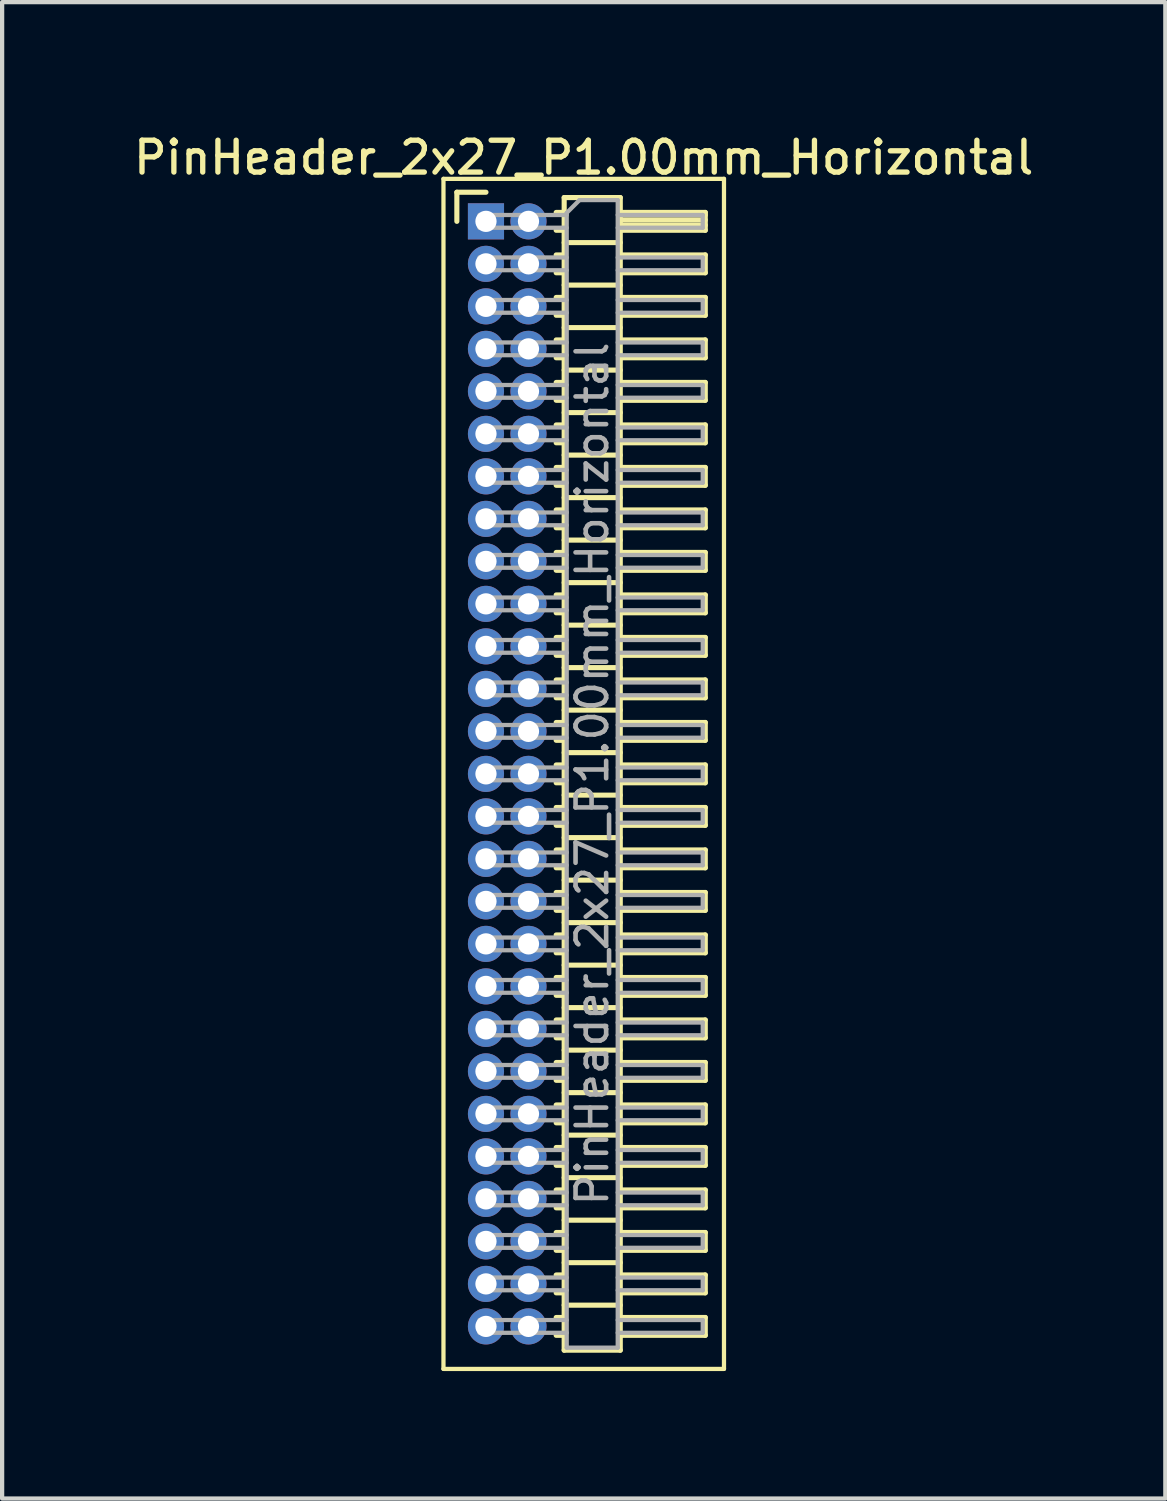
<source format=kicad_pcb>
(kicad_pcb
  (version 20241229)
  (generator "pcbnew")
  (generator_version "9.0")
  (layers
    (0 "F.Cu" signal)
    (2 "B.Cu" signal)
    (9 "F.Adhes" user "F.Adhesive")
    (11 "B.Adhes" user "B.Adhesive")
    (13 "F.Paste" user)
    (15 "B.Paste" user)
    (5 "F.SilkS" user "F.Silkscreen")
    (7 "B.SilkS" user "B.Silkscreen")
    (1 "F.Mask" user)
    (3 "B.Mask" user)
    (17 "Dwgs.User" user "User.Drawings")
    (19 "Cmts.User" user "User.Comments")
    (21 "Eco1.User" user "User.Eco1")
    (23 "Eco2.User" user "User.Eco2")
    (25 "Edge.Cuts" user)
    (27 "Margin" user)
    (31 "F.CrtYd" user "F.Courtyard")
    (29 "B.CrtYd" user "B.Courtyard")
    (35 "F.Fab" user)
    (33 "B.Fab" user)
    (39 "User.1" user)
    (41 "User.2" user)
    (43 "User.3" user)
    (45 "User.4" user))
  (footprint "PinHeader_2x27_P1.00mm_Horizontal"
    (layer "F.Cu")
    (at 8.384 2.158)
    (property "Reference" "PinHeader_2x27_P1.00mm_Horizontal" (at 2.3 -1.5 0) (layer "F.SilkS") (effects (font (size 0.75 0.75) (thickness 0.125))))
    (attr through_hole)
    (fp_line (start -1 -1) (end -1 27) (stroke (width 0.1) (type solid)) (layer "F.SilkS"))
    (fp_line (start -1 27) (end 5.6 27) (stroke (width 0.1) (type solid)) (layer "F.SilkS"))
    (fp_line (start -0.685 -0.685) (end 0 -0.685) (stroke (width 0.12) (type solid)) (layer "F.SilkS"))
    (fp_line (start -0.685 0) (end -0.685 -0.685) (stroke (width 0.12) (type solid)) (layer "F.SilkS"))
    (fp_line (start 1.652 -0.21) (end 1.84 -0.21) (stroke (width 0.12) (type solid)) (layer "F.SilkS"))
    (fp_line (start 1.652 0.21) (end 1.84 0.21) (stroke (width 0.12) (type solid)) (layer "F.SilkS"))
    (fp_line (start 1.652 0.79) (end 1.84 0.79) (stroke (width 0.12) (type solid)) (layer "F.SilkS"))
    (fp_line (start 1.652 1.21) (end 1.84 1.21) (stroke (width 0.12) (type solid)) (layer "F.SilkS"))
    (fp_line (start 1.652 1.79) (end 1.84 1.79) (stroke (width 0.12) (type solid)) (layer "F.SilkS"))
    (fp_line (start 1.652 2.21) (end 1.84 2.21) (stroke (width 0.12) (type solid)) (layer "F.SilkS"))
    (fp_line (start 1.652 2.79) (end 1.84 2.79) (stroke (width 0.12) (type solid)) (layer "F.SilkS"))
    (fp_line (start 1.652 3.21) (end 1.84 3.21) (stroke (width 0.12) (type solid)) (layer "F.SilkS"))
    (fp_line (start 1.652 3.79) (end 1.84 3.79) (stroke (width 0.12) (type solid)) (layer "F.SilkS"))
    (fp_line (start 1.652 4.21) (end 1.84 4.21) (stroke (width 0.12) (type solid)) (layer "F.SilkS"))
    (fp_line (start 1.652 4.79) (end 1.84 4.79) (stroke (width 0.12) (type solid)) (layer "F.SilkS"))
    (fp_line (start 1.652 5.21) (end 1.84 5.21) (stroke (width 0.12) (type solid)) (layer "F.SilkS"))
    (fp_line (start 1.652 5.79) (end 1.84 5.79) (stroke (width 0.12) (type solid)) (layer "F.SilkS"))
    (fp_line (start 1.652 6.21) (end 1.84 6.21) (stroke (width 0.12) (type solid)) (layer "F.SilkS"))
    (fp_line (start 1.652 6.79) (end 1.84 6.79) (stroke (width 0.12) (type solid)) (layer "F.SilkS"))
    (fp_line (start 1.652 7.21) (end 1.84 7.21) (stroke (width 0.12) (type solid)) (layer "F.SilkS"))
    (fp_line (start 1.652 7.79) (end 1.84 7.79) (stroke (width 0.12) (type solid)) (layer "F.SilkS"))
    (fp_line (start 1.652 8.21) (end 1.84 8.21) (stroke (width 0.12) (type solid)) (layer "F.SilkS"))
    (fp_line (start 1.652 8.79) (end 1.84 8.79) (stroke (width 0.12) (type solid)) (layer "F.SilkS"))
    (fp_line (start 1.652 9.21) (end 1.84 9.21) (stroke (width 0.12) (type solid)) (layer "F.SilkS"))
    (fp_line (start 1.652 9.79) (end 1.84 9.79) (stroke (width 0.12) (type solid)) (layer "F.SilkS"))
    (fp_line (start 1.652 10.21) (end 1.84 10.21) (stroke (width 0.12) (type solid)) (layer "F.SilkS"))
    (fp_line (start 1.652 10.79) (end 1.84 10.79) (stroke (width 0.12) (type solid)) (layer "F.SilkS"))
    (fp_line (start 1.652 11.21) (end 1.84 11.21) (stroke (width 0.12) (type solid)) (layer "F.SilkS"))
    (fp_line (start 1.652 11.79) (end 1.84 11.79) (stroke (width 0.12) (type solid)) (layer "F.SilkS"))
    (fp_line (start 1.652 12.21) (end 1.84 12.21) (stroke (width 0.12) (type solid)) (layer "F.SilkS"))
    (fp_line (start 1.652 12.79) (end 1.84 12.79) (stroke (width 0.12) (type solid)) (layer "F.SilkS"))
    (fp_line (start 1.652 13.21) (end 1.84 13.21) (stroke (width 0.12) (type solid)) (layer "F.SilkS"))
    (fp_line (start 1.652 13.79) (end 1.84 13.79) (stroke (width 0.12) (type solid)) (layer "F.SilkS"))
    (fp_line (start 1.652 14.21) (end 1.84 14.21) (stroke (width 0.12) (type solid)) (layer "F.SilkS"))
    (fp_line (start 1.652 14.79) (end 1.84 14.79) (stroke (width 0.12) (type solid)) (layer "F.SilkS"))
    (fp_line (start 1.652 15.21) (end 1.84 15.21) (stroke (width 0.12) (type solid)) (layer "F.SilkS"))
    (fp_line (start 1.652 15.79) (end 1.84 15.79) (stroke (width 0.12) (type solid)) (layer "F.SilkS"))
    (fp_line (start 1.652 16.21) (end 1.84 16.21) (stroke (width 0.12) (type solid)) (layer "F.SilkS"))
    (fp_line (start 1.652 16.79) (end 1.84 16.79) (stroke (width 0.12) (type solid)) (layer "F.SilkS"))
    (fp_line (start 1.652 17.21) (end 1.84 17.21) (stroke (width 0.12) (type solid)) (layer "F.SilkS"))
    (fp_line (start 1.652 17.79) (end 1.84 17.79) (stroke (width 0.12) (type solid)) (layer "F.SilkS"))
    (fp_line (start 1.652 18.21) (end 1.84 18.21) (stroke (width 0.12) (type solid)) (layer "F.SilkS"))
    (fp_line (start 1.652 18.79) (end 1.84 18.79) (stroke (width 0.12) (type solid)) (layer "F.SilkS"))
    (fp_line (start 1.652 19.21) (end 1.84 19.21) (stroke (width 0.12) (type solid)) (layer "F.SilkS"))
    (fp_line (start 1.652 19.79) (end 1.84 19.79) (stroke (width 0.12) (type solid)) (layer "F.SilkS"))
    (fp_line (start 1.652 20.21) (end 1.84 20.21) (stroke (width 0.12) (type solid)) (layer "F.SilkS"))
    (fp_line (start 1.652 20.79) (end 1.84 20.79) (stroke (width 0.12) (type solid)) (layer "F.SilkS"))
    (fp_line (start 1.652 21.21) (end 1.84 21.21) (stroke (width 0.12) (type solid)) (layer "F.SilkS"))
    (fp_line (start 1.652 21.79) (end 1.84 21.79) (stroke (width 0.12) (type solid)) (layer "F.SilkS"))
    (fp_line (start 1.652 22.21) (end 1.84 22.21) (stroke (width 0.12) (type solid)) (layer "F.SilkS"))
    (fp_line (start 1.652 22.79) (end 1.84 22.79) (stroke (width 0.12) (type solid)) (layer "F.SilkS"))
    (fp_line (start 1.652 23.21) (end 1.84 23.21) (stroke (width 0.12) (type solid)) (layer "F.SilkS"))
    (fp_line (start 1.652 23.79) (end 1.84 23.79) (stroke (width 0.12) (type solid)) (layer "F.SilkS"))
    (fp_line (start 1.652 24.21) (end 1.84 24.21) (stroke (width 0.12) (type solid)) (layer "F.SilkS"))
    (fp_line (start 1.652 24.79) (end 1.84 24.79) (stroke (width 0.12) (type solid)) (layer "F.SilkS"))
    (fp_line (start 1.652 25.21) (end 1.84 25.21) (stroke (width 0.12) (type solid)) (layer "F.SilkS"))
    (fp_line (start 1.652 25.79) (end 1.84 25.79) (stroke (width 0.12) (type solid)) (layer "F.SilkS"))
    (fp_line (start 1.652 26.21) (end 1.84 26.21) (stroke (width 0.12) (type solid)) (layer "F.SilkS"))
    (fp_line (start 1.84 -0.56) (end 1.84 26.56) (stroke (width 0.12) (type solid)) (layer "F.SilkS"))
    (fp_line (start 1.84 0.5) (end 3.16 0.5) (stroke (width 0.12) (type solid)) (layer "F.SilkS"))
    (fp_line (start 1.84 1.5) (end 3.16 1.5) (stroke (width 0.12) (type solid)) (layer "F.SilkS"))
    (fp_line (start 1.84 2.5) (end 3.16 2.5) (stroke (width 0.12) (type solid)) (layer "F.SilkS"))
    (fp_line (start 1.84 3.5) (end 3.16 3.5) (stroke (width 0.12) (type solid)) (layer "F.SilkS"))
    (fp_line (start 1.84 4.5) (end 3.16 4.5) (stroke (width 0.12) (type solid)) (layer "F.SilkS"))
    (fp_line (start 1.84 5.5) (end 3.16 5.5) (stroke (width 0.12) (type solid)) (layer "F.SilkS"))
    (fp_line (start 1.84 6.5) (end 3.16 6.5) (stroke (width 0.12) (type solid)) (layer "F.SilkS"))
    (fp_line (start 1.84 7.5) (end 3.16 7.5) (stroke (width 0.12) (type solid)) (layer "F.SilkS"))
    (fp_line (start 1.84 8.5) (end 3.16 8.5) (stroke (width 0.12) (type solid)) (layer "F.SilkS"))
    (fp_line (start 1.84 9.5) (end 3.16 9.5) (stroke (width 0.12) (type solid)) (layer "F.SilkS"))
    (fp_line (start 1.84 10.5) (end 3.16 10.5) (stroke (width 0.12) (type solid)) (layer "F.SilkS"))
    (fp_line (start 1.84 11.5) (end 3.16 11.5) (stroke (width 0.12) (type solid)) (layer "F.SilkS"))
    (fp_line (start 1.84 12.5) (end 3.16 12.5) (stroke (width 0.12) (type solid)) (layer "F.SilkS"))
    (fp_line (start 1.84 13.5) (end 3.16 13.5) (stroke (width 0.12) (type solid)) (layer "F.SilkS"))
    (fp_line (start 1.84 14.5) (end 3.16 14.5) (stroke (width 0.12) (type solid)) (layer "F.SilkS"))
    (fp_line (start 1.84 15.5) (end 3.16 15.5) (stroke (width 0.12) (type solid)) (layer "F.SilkS"))
    (fp_line (start 1.84 16.5) (end 3.16 16.5) (stroke (width 0.12) (type solid)) (layer "F.SilkS"))
    (fp_line (start 1.84 17.5) (end 3.16 17.5) (stroke (width 0.12) (type solid)) (layer "F.SilkS"))
    (fp_line (start 1.84 18.5) (end 3.16 18.5) (stroke (width 0.12) (type solid)) (layer "F.SilkS"))
    (fp_line (start 1.84 19.5) (end 3.16 19.5) (stroke (width 0.12) (type solid)) (layer "F.SilkS"))
    (fp_line (start 1.84 20.5) (end 3.16 20.5) (stroke (width 0.12) (type solid)) (layer "F.SilkS"))
    (fp_line (start 1.84 21.5) (end 3.16 21.5) (stroke (width 0.12) (type solid)) (layer "F.SilkS"))
    (fp_line (start 1.84 22.5) (end 3.16 22.5) (stroke (width 0.12) (type solid)) (layer "F.SilkS"))
    (fp_line (start 1.84 23.5) (end 3.16 23.5) (stroke (width 0.12) (type solid)) (layer "F.SilkS"))
    (fp_line (start 1.84 24.5) (end 3.16 24.5) (stroke (width 0.12) (type solid)) (layer "F.SilkS"))
    (fp_line (start 1.84 25.5) (end 3.16 25.5) (stroke (width 0.12) (type solid)) (layer "F.SilkS"))
    (fp_line (start 1.84 26.56) (end 3.16 26.56) (stroke (width 0.12) (type solid)) (layer "F.SilkS"))
    (fp_line (start 3.16 -0.56) (end 1.84 -0.56) (stroke (width 0.12) (type solid)) (layer "F.SilkS"))
    (fp_line (start 3.16 -0.21) (end 5.16 -0.21) (stroke (width 0.12) (type solid)) (layer "F.SilkS"))
    (fp_line (start 3.16 -0.15) (end 5.16 -0.15) (stroke (width 0.12) (type solid)) (layer "F.SilkS"))
    (fp_line (start 3.16 -0.03) (end 5.16 -0.03) (stroke (width 0.12) (type solid)) (layer "F.SilkS"))
    (fp_line (start 3.16 0.09) (end 5.16 0.09) (stroke (width 0.12) (type solid)) (layer "F.SilkS"))
    (fp_line (start 3.16 0.79) (end 5.16 0.79) (stroke (width 0.12) (type solid)) (layer "F.SilkS"))
    (fp_line (start 3.16 1.79) (end 5.16 1.79) (stroke (width 0.12) (type solid)) (layer "F.SilkS"))
    (fp_line (start 3.16 2.79) (end 5.16 2.79) (stroke (width 0.12) (type solid)) (layer "F.SilkS"))
    (fp_line (start 3.16 3.79) (end 5.16 3.79) (stroke (width 0.12) (type solid)) (layer "F.SilkS"))
    (fp_line (start 3.16 4.79) (end 5.16 4.79) (stroke (width 0.12) (type solid)) (layer "F.SilkS"))
    (fp_line (start 3.16 5.79) (end 5.16 5.79) (stroke (width 0.12) (type solid)) (layer "F.SilkS"))
    (fp_line (start 3.16 6.79) (end 5.16 6.79) (stroke (width 0.12) (type solid)) (layer "F.SilkS"))
    (fp_line (start 3.16 7.79) (end 5.16 7.79) (stroke (width 0.12) (type solid)) (layer "F.SilkS"))
    (fp_line (start 3.16 8.79) (end 5.16 8.79) (stroke (width 0.12) (type solid)) (layer "F.SilkS"))
    (fp_line (start 3.16 9.79) (end 5.16 9.79) (stroke (width 0.12) (type solid)) (layer "F.SilkS"))
    (fp_line (start 3.16 10.79) (end 5.16 10.79) (stroke (width 0.12) (type solid)) (layer "F.SilkS"))
    (fp_line (start 3.16 11.79) (end 5.16 11.79) (stroke (width 0.12) (type solid)) (layer "F.SilkS"))
    (fp_line (start 3.16 12.79) (end 5.16 12.79) (stroke (width 0.12) (type solid)) (layer "F.SilkS"))
    (fp_line (start 3.16 13.79) (end 5.16 13.79) (stroke (width 0.12) (type solid)) (layer "F.SilkS"))
    (fp_line (start 3.16 14.79) (end 5.16 14.79) (stroke (width 0.12) (type solid)) (layer "F.SilkS"))
    (fp_line (start 3.16 15.79) (end 5.16 15.79) (stroke (width 0.12) (type solid)) (layer "F.SilkS"))
    (fp_line (start 3.16 16.79) (end 5.16 16.79) (stroke (width 0.12) (type solid)) (layer "F.SilkS"))
    (fp_line (start 3.16 17.79) (end 5.16 17.79) (stroke (width 0.12) (type solid)) (layer "F.SilkS"))
    (fp_line (start 3.16 18.79) (end 5.16 18.79) (stroke (width 0.12) (type solid)) (layer "F.SilkS"))
    (fp_line (start 3.16 19.79) (end 5.16 19.79) (stroke (width 0.12) (type solid)) (layer "F.SilkS"))
    (fp_line (start 3.16 20.79) (end 5.16 20.79) (stroke (width 0.12) (type solid)) (layer "F.SilkS"))
    (fp_line (start 3.16 21.79) (end 5.16 21.79) (stroke (width 0.12) (type solid)) (layer "F.SilkS"))
    (fp_line (start 3.16 22.79) (end 5.16 22.79) (stroke (width 0.12) (type solid)) (layer "F.SilkS"))
    (fp_line (start 3.16 23.79) (end 5.16 23.79) (stroke (width 0.12) (type solid)) (layer "F.SilkS"))
    (fp_line (start 3.16 24.79) (end 5.16 24.79) (stroke (width 0.12) (type solid)) (layer "F.SilkS"))
    (fp_line (start 3.16 25.79) (end 5.16 25.79) (stroke (width 0.12) (type solid)) (layer "F.SilkS"))
    (fp_line (start 3.16 26.56) (end 3.16 -0.56) (stroke (width 0.12) (type solid)) (layer "F.SilkS"))
    (fp_line (start 5.16 -0.21) (end 5.16 0.21) (stroke (width 0.12) (type solid)) (layer "F.SilkS"))
    (fp_line (start 5.16 0.21) (end 3.16 0.21) (stroke (width 0.12) (type solid)) (layer "F.SilkS"))
    (fp_line (start 5.16 0.79) (end 5.16 1.21) (stroke (width 0.12) (type solid)) (layer "F.SilkS"))
    (fp_line (start 5.16 1.21) (end 3.16 1.21) (stroke (width 0.12) (type solid)) (layer "F.SilkS"))
    (fp_line (start 5.16 1.79) (end 5.16 2.21) (stroke (width 0.12) (type solid)) (layer "F.SilkS"))
    (fp_line (start 5.16 2.21) (end 3.16 2.21) (stroke (width 0.12) (type solid)) (layer "F.SilkS"))
    (fp_line (start 5.16 2.79) (end 5.16 3.21) (stroke (width 0.12) (type solid)) (layer "F.SilkS"))
    (fp_line (start 5.16 3.21) (end 3.16 3.21) (stroke (width 0.12) (type solid)) (layer "F.SilkS"))
    (fp_line (start 5.16 3.79) (end 5.16 4.21) (stroke (width 0.12) (type solid)) (layer "F.SilkS"))
    (fp_line (start 5.16 4.21) (end 3.16 4.21) (stroke (width 0.12) (type solid)) (layer "F.SilkS"))
    (fp_line (start 5.16 4.79) (end 5.16 5.21) (stroke (width 0.12) (type solid)) (layer "F.SilkS"))
    (fp_line (start 5.16 5.21) (end 3.16 5.21) (stroke (width 0.12) (type solid)) (layer "F.SilkS"))
    (fp_line (start 5.16 5.79) (end 5.16 6.21) (stroke (width 0.12) (type solid)) (layer "F.SilkS"))
    (fp_line (start 5.16 6.21) (end 3.16 6.21) (stroke (width 0.12) (type solid)) (layer "F.SilkS"))
    (fp_line (start 5.16 6.79) (end 5.16 7.21) (stroke (width 0.12) (type solid)) (layer "F.SilkS"))
    (fp_line (start 5.16 7.21) (end 3.16 7.21) (stroke (width 0.12) (type solid)) (layer "F.SilkS"))
    (fp_line (start 5.16 7.79) (end 5.16 8.21) (stroke (width 0.12) (type solid)) (layer "F.SilkS"))
    (fp_line (start 5.16 8.21) (end 3.16 8.21) (stroke (width 0.12) (type solid)) (layer "F.SilkS"))
    (fp_line (start 5.16 8.79) (end 5.16 9.21) (stroke (width 0.12) (type solid)) (layer "F.SilkS"))
    (fp_line (start 5.16 9.21) (end 3.16 9.21) (stroke (width 0.12) (type solid)) (layer "F.SilkS"))
    (fp_line (start 5.16 9.79) (end 5.16 10.21) (stroke (width 0.12) (type solid)) (layer "F.SilkS"))
    (fp_line (start 5.16 10.21) (end 3.16 10.21) (stroke (width 0.12) (type solid)) (layer "F.SilkS"))
    (fp_line (start 5.16 10.79) (end 5.16 11.21) (stroke (width 0.12) (type solid)) (layer "F.SilkS"))
    (fp_line (start 5.16 11.21) (end 3.16 11.21) (stroke (width 0.12) (type solid)) (layer "F.SilkS"))
    (fp_line (start 5.16 11.79) (end 5.16 12.21) (stroke (width 0.12) (type solid)) (layer "F.SilkS"))
    (fp_line (start 5.16 12.21) (end 3.16 12.21) (stroke (width 0.12) (type solid)) (layer "F.SilkS"))
    (fp_line (start 5.16 12.79) (end 5.16 13.21) (stroke (width 0.12) (type solid)) (layer "F.SilkS"))
    (fp_line (start 5.16 13.21) (end 3.16 13.21) (stroke (width 0.12) (type solid)) (layer "F.SilkS"))
    (fp_line (start 5.16 13.79) (end 5.16 14.21) (stroke (width 0.12) (type solid)) (layer "F.SilkS"))
    (fp_line (start 5.16 14.21) (end 3.16 14.21) (stroke (width 0.12) (type solid)) (layer "F.SilkS"))
    (fp_line (start 5.16 14.79) (end 5.16 15.21) (stroke (width 0.12) (type solid)) (layer "F.SilkS"))
    (fp_line (start 5.16 15.21) (end 3.16 15.21) (stroke (width 0.12) (type solid)) (layer "F.SilkS"))
    (fp_line (start 5.16 15.79) (end 5.16 16.21) (stroke (width 0.12) (type solid)) (layer "F.SilkS"))
    (fp_line (start 5.16 16.21) (end 3.16 16.21) (stroke (width 0.12) (type solid)) (layer "F.SilkS"))
    (fp_line (start 5.16 16.79) (end 5.16 17.21) (stroke (width 0.12) (type solid)) (layer "F.SilkS"))
    (fp_line (start 5.16 17.21) (end 3.16 17.21) (stroke (width 0.12) (type solid)) (layer "F.SilkS"))
    (fp_line (start 5.16 17.79) (end 5.16 18.21) (stroke (width 0.12) (type solid)) (layer "F.SilkS"))
    (fp_line (start 5.16 18.21) (end 3.16 18.21) (stroke (width 0.12) (type solid)) (layer "F.SilkS"))
    (fp_line (start 5.16 18.79) (end 5.16 19.21) (stroke (width 0.12) (type solid)) (layer "F.SilkS"))
    (fp_line (start 5.16 19.21) (end 3.16 19.21) (stroke (width 0.12) (type solid)) (layer "F.SilkS"))
    (fp_line (start 5.16 19.79) (end 5.16 20.21) (stroke (width 0.12) (type solid)) (layer "F.SilkS"))
    (fp_line (start 5.16 20.21) (end 3.16 20.21) (stroke (width 0.12) (type solid)) (layer "F.SilkS"))
    (fp_line (start 5.16 20.79) (end 5.16 21.21) (stroke (width 0.12) (type solid)) (layer "F.SilkS"))
    (fp_line (start 5.16 21.21) (end 3.16 21.21) (stroke (width 0.12) (type solid)) (layer "F.SilkS"))
    (fp_line (start 5.16 21.79) (end 5.16 22.21) (stroke (width 0.12) (type solid)) (layer "F.SilkS"))
    (fp_line (start 5.16 22.21) (end 3.16 22.21) (stroke (width 0.12) (type solid)) (layer "F.SilkS"))
    (fp_line (start 5.16 22.79) (end 5.16 23.21) (stroke (width 0.12) (type solid)) (layer "F.SilkS"))
    (fp_line (start 5.16 23.21) (end 3.16 23.21) (stroke (width 0.12) (type solid)) (layer "F.SilkS"))
    (fp_line (start 5.16 23.79) (end 5.16 24.21) (stroke (width 0.12) (type solid)) (layer "F.SilkS"))
    (fp_line (start 5.16 24.21) (end 3.16 24.21) (stroke (width 0.12) (type solid)) (layer "F.SilkS"))
    (fp_line (start 5.16 24.79) (end 5.16 25.21) (stroke (width 0.12) (type solid)) (layer "F.SilkS"))
    (fp_line (start 5.16 25.21) (end 3.16 25.21) (stroke (width 0.12) (type solid)) (layer "F.SilkS"))
    (fp_line (start 5.16 25.79) (end 5.16 26.21) (stroke (width 0.12) (type solid)) (layer "F.SilkS"))
    (fp_line (start 5.16 26.21) (end 3.16 26.21) (stroke (width 0.12) (type solid)) (layer "F.SilkS"))
    (fp_line (start 5.6 -1) (end -1 -1) (stroke (width 0.1) (type solid)) (layer "F.SilkS"))
    (fp_line (start 5.6 27) (end 5.6 -1) (stroke (width 0.1) (type solid)) (layer "F.SilkS"))
    (fp_line (start -0.15 -0.15) (end -0.15 0.15) (stroke (width 0.1) (type solid)) (layer "F.Fab"))
    (fp_line (start -0.15 -0.15) (end 1.9 -0.15) (stroke (width 0.1) (type solid)) (layer "F.Fab"))
    (fp_line (start -0.15 0.15) (end 1.9 0.15) (stroke (width 0.1) (type solid)) (layer "F.Fab"))
    (fp_line (start -0.15 0.85) (end -0.15 1.15) (stroke (width 0.1) (type solid)) (layer "F.Fab"))
    (fp_line (start -0.15 0.85) (end 1.9 0.85) (stroke (width 0.1) (type solid)) (layer "F.Fab"))
    (fp_line (start -0.15 1.15) (end 1.9 1.15) (stroke (width 0.1) (type solid)) (layer "F.Fab"))
    (fp_line (start -0.15 1.85) (end -0.15 2.15) (stroke (width 0.1) (type solid)) (layer "F.Fab"))
    (fp_line (start -0.15 1.85) (end 1.9 1.85) (stroke (width 0.1) (type solid)) (layer "F.Fab"))
    (fp_line (start -0.15 2.15) (end 1.9 2.15) (stroke (width 0.1) (type solid)) (layer "F.Fab"))
    (fp_line (start -0.15 2.85) (end -0.15 3.15) (stroke (width 0.1) (type solid)) (layer "F.Fab"))
    (fp_line (start -0.15 2.85) (end 1.9 2.85) (stroke (width 0.1) (type solid)) (layer "F.Fab"))
    (fp_line (start -0.15 3.15) (end 1.9 3.15) (stroke (width 0.1) (type solid)) (layer "F.Fab"))
    (fp_line (start -0.15 3.85) (end -0.15 4.15) (stroke (width 0.1) (type solid)) (layer "F.Fab"))
    (fp_line (start -0.15 3.85) (end 1.9 3.85) (stroke (width 0.1) (type solid)) (layer "F.Fab"))
    (fp_line (start -0.15 4.15) (end 1.9 4.15) (stroke (width 0.1) (type solid)) (layer "F.Fab"))
    (fp_line (start -0.15 4.85) (end -0.15 5.15) (stroke (width 0.1) (type solid)) (layer "F.Fab"))
    (fp_line (start -0.15 4.85) (end 1.9 4.85) (stroke (width 0.1) (type solid)) (layer "F.Fab"))
    (fp_line (start -0.15 5.15) (end 1.9 5.15) (stroke (width 0.1) (type solid)) (layer "F.Fab"))
    (fp_line (start -0.15 5.85) (end -0.15 6.15) (stroke (width 0.1) (type solid)) (layer "F.Fab"))
    (fp_line (start -0.15 5.85) (end 1.9 5.85) (stroke (width 0.1) (type solid)) (layer "F.Fab"))
    (fp_line (start -0.15 6.15) (end 1.9 6.15) (stroke (width 0.1) (type solid)) (layer "F.Fab"))
    (fp_line (start -0.15 6.85) (end -0.15 7.15) (stroke (width 0.1) (type solid)) (layer "F.Fab"))
    (fp_line (start -0.15 6.85) (end 1.9 6.85) (stroke (width 0.1) (type solid)) (layer "F.Fab"))
    (fp_line (start -0.15 7.15) (end 1.9 7.15) (stroke (width 0.1) (type solid)) (layer "F.Fab"))
    (fp_line (start -0.15 7.85) (end -0.15 8.15) (stroke (width 0.1) (type solid)) (layer "F.Fab"))
    (fp_line (start -0.15 7.85) (end 1.9 7.85) (stroke (width 0.1) (type solid)) (layer "F.Fab"))
    (fp_line (start -0.15 8.15) (end 1.9 8.15) (stroke (width 0.1) (type solid)) (layer "F.Fab"))
    (fp_line (start -0.15 8.85) (end -0.15 9.15) (stroke (width 0.1) (type solid)) (layer "F.Fab"))
    (fp_line (start -0.15 8.85) (end 1.9 8.85) (stroke (width 0.1) (type solid)) (layer "F.Fab"))
    (fp_line (start -0.15 9.15) (end 1.9 9.15) (stroke (width 0.1) (type solid)) (layer "F.Fab"))
    (fp_line (start -0.15 9.85) (end -0.15 10.15) (stroke (width 0.1) (type solid)) (layer "F.Fab"))
    (fp_line (start -0.15 9.85) (end 1.9 9.85) (stroke (width 0.1) (type solid)) (layer "F.Fab"))
    (fp_line (start -0.15 10.15) (end 1.9 10.15) (stroke (width 0.1) (type solid)) (layer "F.Fab"))
    (fp_line (start -0.15 10.85) (end -0.15 11.15) (stroke (width 0.1) (type solid)) (layer "F.Fab"))
    (fp_line (start -0.15 10.85) (end 1.9 10.85) (stroke (width 0.1) (type solid)) (layer "F.Fab"))
    (fp_line (start -0.15 11.15) (end 1.9 11.15) (stroke (width 0.1) (type solid)) (layer "F.Fab"))
    (fp_line (start -0.15 11.85) (end -0.15 12.15) (stroke (width 0.1) (type solid)) (layer "F.Fab"))
    (fp_line (start -0.15 11.85) (end 1.9 11.85) (stroke (width 0.1) (type solid)) (layer "F.Fab"))
    (fp_line (start -0.15 12.15) (end 1.9 12.15) (stroke (width 0.1) (type solid)) (layer "F.Fab"))
    (fp_line (start -0.15 12.85) (end -0.15 13.15) (stroke (width 0.1) (type solid)) (layer "F.Fab"))
    (fp_line (start -0.15 12.85) (end 1.9 12.85) (stroke (width 0.1) (type solid)) (layer "F.Fab"))
    (fp_line (start -0.15 13.15) (end 1.9 13.15) (stroke (width 0.1) (type solid)) (layer "F.Fab"))
    (fp_line (start -0.15 13.85) (end -0.15 14.15) (stroke (width 0.1) (type solid)) (layer "F.Fab"))
    (fp_line (start -0.15 13.85) (end 1.9 13.85) (stroke (width 0.1) (type solid)) (layer "F.Fab"))
    (fp_line (start -0.15 14.15) (end 1.9 14.15) (stroke (width 0.1) (type solid)) (layer "F.Fab"))
    (fp_line (start -0.15 14.85) (end -0.15 15.15) (stroke (width 0.1) (type solid)) (layer "F.Fab"))
    (fp_line (start -0.15 14.85) (end 1.9 14.85) (stroke (width 0.1) (type solid)) (layer "F.Fab"))
    (fp_line (start -0.15 15.15) (end 1.9 15.15) (stroke (width 0.1) (type solid)) (layer "F.Fab"))
    (fp_line (start -0.15 15.85) (end -0.15 16.15) (stroke (width 0.1) (type solid)) (layer "F.Fab"))
    (fp_line (start -0.15 15.85) (end 1.9 15.85) (stroke (width 0.1) (type solid)) (layer "F.Fab"))
    (fp_line (start -0.15 16.15) (end 1.9 16.15) (stroke (width 0.1) (type solid)) (layer "F.Fab"))
    (fp_line (start -0.15 16.85) (end -0.15 17.15) (stroke (width 0.1) (type solid)) (layer "F.Fab"))
    (fp_line (start -0.15 16.85) (end 1.9 16.85) (stroke (width 0.1) (type solid)) (layer "F.Fab"))
    (fp_line (start -0.15 17.15) (end 1.9 17.15) (stroke (width 0.1) (type solid)) (layer "F.Fab"))
    (fp_line (start -0.15 17.85) (end -0.15 18.15) (stroke (width 0.1) (type solid)) (layer "F.Fab"))
    (fp_line (start -0.15 17.85) (end 1.9 17.85) (stroke (width 0.1) (type solid)) (layer "F.Fab"))
    (fp_line (start -0.15 18.15) (end 1.9 18.15) (stroke (width 0.1) (type solid)) (layer "F.Fab"))
    (fp_line (start -0.15 18.85) (end -0.15 19.15) (stroke (width 0.1) (type solid)) (layer "F.Fab"))
    (fp_line (start -0.15 18.85) (end 1.9 18.85) (stroke (width 0.1) (type solid)) (layer "F.Fab"))
    (fp_line (start -0.15 19.15) (end 1.9 19.15) (stroke (width 0.1) (type solid)) (layer "F.Fab"))
    (fp_line (start -0.15 19.85) (end -0.15 20.15) (stroke (width 0.1) (type solid)) (layer "F.Fab"))
    (fp_line (start -0.15 19.85) (end 1.9 19.85) (stroke (width 0.1) (type solid)) (layer "F.Fab"))
    (fp_line (start -0.15 20.15) (end 1.9 20.15) (stroke (width 0.1) (type solid)) (layer "F.Fab"))
    (fp_line (start -0.15 20.85) (end -0.15 21.15) (stroke (width 0.1) (type solid)) (layer "F.Fab"))
    (fp_line (start -0.15 20.85) (end 1.9 20.85) (stroke (width 0.1) (type solid)) (layer "F.Fab"))
    (fp_line (start -0.15 21.15) (end 1.9 21.15) (stroke (width 0.1) (type solid)) (layer "F.Fab"))
    (fp_line (start -0.15 21.85) (end -0.15 22.15) (stroke (width 0.1) (type solid)) (layer "F.Fab"))
    (fp_line (start -0.15 21.85) (end 1.9 21.85) (stroke (width 0.1) (type solid)) (layer "F.Fab"))
    (fp_line (start -0.15 22.15) (end 1.9 22.15) (stroke (width 0.1) (type solid)) (layer "F.Fab"))
    (fp_line (start -0.15 22.85) (end -0.15 23.15) (stroke (width 0.1) (type solid)) (layer "F.Fab"))
    (fp_line (start -0.15 22.85) (end 1.9 22.85) (stroke (width 0.1) (type solid)) (layer "F.Fab"))
    (fp_line (start -0.15 23.15) (end 1.9 23.15) (stroke (width 0.1) (type solid)) (layer "F.Fab"))
    (fp_line (start -0.15 23.85) (end -0.15 24.15) (stroke (width 0.1) (type solid)) (layer "F.Fab"))
    (fp_line (start -0.15 23.85) (end 1.9 23.85) (stroke (width 0.1) (type solid)) (layer "F.Fab"))
    (fp_line (start -0.15 24.15) (end 1.9 24.15) (stroke (width 0.1) (type solid)) (layer "F.Fab"))
    (fp_line (start -0.15 24.85) (end -0.15 25.15) (stroke (width 0.1) (type solid)) (layer "F.Fab"))
    (fp_line (start -0.15 24.85) (end 1.9 24.85) (stroke (width 0.1) (type solid)) (layer "F.Fab"))
    (fp_line (start -0.15 25.15) (end 1.9 25.15) (stroke (width 0.1) (type solid)) (layer "F.Fab"))
    (fp_line (start -0.15 25.85) (end -0.15 26.15) (stroke (width 0.1) (type solid)) (layer "F.Fab"))
    (fp_line (start -0.15 25.85) (end 1.9 25.85) (stroke (width 0.1) (type solid)) (layer "F.Fab"))
    (fp_line (start -0.15 26.15) (end 1.9 26.15) (stroke (width 0.1) (type solid)) (layer "F.Fab"))
    (fp_line (start 1.9 -0.2) (end 2.2 -0.5) (stroke (width 0.1) (type solid)) (layer "F.Fab"))
    (fp_line (start 1.9 26.5) (end 1.9 -0.2) (stroke (width 0.1) (type solid)) (layer "F.Fab"))
    (fp_line (start 2.2 -0.5) (end 3.1 -0.5) (stroke (width 0.1) (type solid)) (layer "F.Fab"))
    (fp_line (start 3.1 -0.5) (end 3.1 26.5) (stroke (width 0.1) (type solid)) (layer "F.Fab"))
    (fp_line (start 3.1 -0.15) (end 5.1 -0.15) (stroke (width 0.1) (type solid)) (layer "F.Fab"))
    (fp_line (start 3.1 0.15) (end 5.1 0.15) (stroke (width 0.1) (type solid)) (layer "F.Fab"))
    (fp_line (start 3.1 0.85) (end 5.1 0.85) (stroke (width 0.1) (type solid)) (layer "F.Fab"))
    (fp_line (start 3.1 1.15) (end 5.1 1.15) (stroke (width 0.1) (type solid)) (layer "F.Fab"))
    (fp_line (start 3.1 1.85) (end 5.1 1.85) (stroke (width 0.1) (type solid)) (layer "F.Fab"))
    (fp_line (start 3.1 2.15) (end 5.1 2.15) (stroke (width 0.1) (type solid)) (layer "F.Fab"))
    (fp_line (start 3.1 2.85) (end 5.1 2.85) (stroke (width 0.1) (type solid)) (layer "F.Fab"))
    (fp_line (start 3.1 3.15) (end 5.1 3.15) (stroke (width 0.1) (type solid)) (layer "F.Fab"))
    (fp_line (start 3.1 3.85) (end 5.1 3.85) (stroke (width 0.1) (type solid)) (layer "F.Fab"))
    (fp_line (start 3.1 4.15) (end 5.1 4.15) (stroke (width 0.1) (type solid)) (layer "F.Fab"))
    (fp_line (start 3.1 4.85) (end 5.1 4.85) (stroke (width 0.1) (type solid)) (layer "F.Fab"))
    (fp_line (start 3.1 5.15) (end 5.1 5.15) (stroke (width 0.1) (type solid)) (layer "F.Fab"))
    (fp_line (start 3.1 5.85) (end 5.1 5.85) (stroke (width 0.1) (type solid)) (layer "F.Fab"))
    (fp_line (start 3.1 6.15) (end 5.1 6.15) (stroke (width 0.1) (type solid)) (layer "F.Fab"))
    (fp_line (start 3.1 6.85) (end 5.1 6.85) (stroke (width 0.1) (type solid)) (layer "F.Fab"))
    (fp_line (start 3.1 7.15) (end 5.1 7.15) (stroke (width 0.1) (type solid)) (layer "F.Fab"))
    (fp_line (start 3.1 7.85) (end 5.1 7.85) (stroke (width 0.1) (type solid)) (layer "F.Fab"))
    (fp_line (start 3.1 8.15) (end 5.1 8.15) (stroke (width 0.1) (type solid)) (layer "F.Fab"))
    (fp_line (start 3.1 8.85) (end 5.1 8.85) (stroke (width 0.1) (type solid)) (layer "F.Fab"))
    (fp_line (start 3.1 9.15) (end 5.1 9.15) (stroke (width 0.1) (type solid)) (layer "F.Fab"))
    (fp_line (start 3.1 9.85) (end 5.1 9.85) (stroke (width 0.1) (type solid)) (layer "F.Fab"))
    (fp_line (start 3.1 10.15) (end 5.1 10.15) (stroke (width 0.1) (type solid)) (layer "F.Fab"))
    (fp_line (start 3.1 10.85) (end 5.1 10.85) (stroke (width 0.1) (type solid)) (layer "F.Fab"))
    (fp_line (start 3.1 11.15) (end 5.1 11.15) (stroke (width 0.1) (type solid)) (layer "F.Fab"))
    (fp_line (start 3.1 11.85) (end 5.1 11.85) (stroke (width 0.1) (type solid)) (layer "F.Fab"))
    (fp_line (start 3.1 12.15) (end 5.1 12.15) (stroke (width 0.1) (type solid)) (layer "F.Fab"))
    (fp_line (start 3.1 12.85) (end 5.1 12.85) (stroke (width 0.1) (type solid)) (layer "F.Fab"))
    (fp_line (start 3.1 13.15) (end 5.1 13.15) (stroke (width 0.1) (type solid)) (layer "F.Fab"))
    (fp_line (start 3.1 13.85) (end 5.1 13.85) (stroke (width 0.1) (type solid)) (layer "F.Fab"))
    (fp_line (start 3.1 14.15) (end 5.1 14.15) (stroke (width 0.1) (type solid)) (layer "F.Fab"))
    (fp_line (start 3.1 14.85) (end 5.1 14.85) (stroke (width 0.1) (type solid)) (layer "F.Fab"))
    (fp_line (start 3.1 15.15) (end 5.1 15.15) (stroke (width 0.1) (type solid)) (layer "F.Fab"))
    (fp_line (start 3.1 15.85) (end 5.1 15.85) (stroke (width 0.1) (type solid)) (layer "F.Fab"))
    (fp_line (start 3.1 16.15) (end 5.1 16.15) (stroke (width 0.1) (type solid)) (layer "F.Fab"))
    (fp_line (start 3.1 16.85) (end 5.1 16.85) (stroke (width 0.1) (type solid)) (layer "F.Fab"))
    (fp_line (start 3.1 17.15) (end 5.1 17.15) (stroke (width 0.1) (type solid)) (layer "F.Fab"))
    (fp_line (start 3.1 17.85) (end 5.1 17.85) (stroke (width 0.1) (type solid)) (layer "F.Fab"))
    (fp_line (start 3.1 18.15) (end 5.1 18.15) (stroke (width 0.1) (type solid)) (layer "F.Fab"))
    (fp_line (start 3.1 18.85) (end 5.1 18.85) (stroke (width 0.1) (type solid)) (layer "F.Fab"))
    (fp_line (start 3.1 19.15) (end 5.1 19.15) (stroke (width 0.1) (type solid)) (layer "F.Fab"))
    (fp_line (start 3.1 19.85) (end 5.1 19.85) (stroke (width 0.1) (type solid)) (layer "F.Fab"))
    (fp_line (start 3.1 20.15) (end 5.1 20.15) (stroke (width 0.1) (type solid)) (layer "F.Fab"))
    (fp_line (start 3.1 20.85) (end 5.1 20.85) (stroke (width 0.1) (type solid)) (layer "F.Fab"))
    (fp_line (start 3.1 21.15) (end 5.1 21.15) (stroke (width 0.1) (type solid)) (layer "F.Fab"))
    (fp_line (start 3.1 21.85) (end 5.1 21.85) (stroke (width 0.1) (type solid)) (layer "F.Fab"))
    (fp_line (start 3.1 22.15) (end 5.1 22.15) (stroke (width 0.1) (type solid)) (layer "F.Fab"))
    (fp_line (start 3.1 22.85) (end 5.1 22.85) (stroke (width 0.1) (type solid)) (layer "F.Fab"))
    (fp_line (start 3.1 23.15) (end 5.1 23.15) (stroke (width 0.1) (type solid)) (layer "F.Fab"))
    (fp_line (start 3.1 23.85) (end 5.1 23.85) (stroke (width 0.1) (type solid)) (layer "F.Fab"))
    (fp_line (start 3.1 24.15) (end 5.1 24.15) (stroke (width 0.1) (type solid)) (layer "F.Fab"))
    (fp_line (start 3.1 24.85) (end 5.1 24.85) (stroke (width 0.1) (type solid)) (layer "F.Fab"))
    (fp_line (start 3.1 25.15) (end 5.1 25.15) (stroke (width 0.1) (type solid)) (layer "F.Fab"))
    (fp_line (start 3.1 25.85) (end 5.1 25.85) (stroke (width 0.1) (type solid)) (layer "F.Fab"))
    (fp_line (start 3.1 26.15) (end 5.1 26.15) (stroke (width 0.1) (type solid)) (layer "F.Fab"))
    (fp_line (start 3.1 26.5) (end 1.9 26.5) (stroke (width 0.1) (type solid)) (layer "F.Fab"))
    (fp_line (start 5.1 -0.15) (end 5.1 0.15) (stroke (width 0.1) (type solid)) (layer "F.Fab"))
    (fp_line (start 5.1 0.85) (end 5.1 1.15) (stroke (width 0.1) (type solid)) (layer "F.Fab"))
    (fp_line (start 5.1 1.85) (end 5.1 2.15) (stroke (width 0.1) (type solid)) (layer "F.Fab"))
    (fp_line (start 5.1 2.85) (end 5.1 3.15) (stroke (width 0.1) (type solid)) (layer "F.Fab"))
    (fp_line (start 5.1 3.85) (end 5.1 4.15) (stroke (width 0.1) (type solid)) (layer "F.Fab"))
    (fp_line (start 5.1 4.85) (end 5.1 5.15) (stroke (width 0.1) (type solid)) (layer "F.Fab"))
    (fp_line (start 5.1 5.85) (end 5.1 6.15) (stroke (width 0.1) (type solid)) (layer "F.Fab"))
    (fp_line (start 5.1 6.85) (end 5.1 7.15) (stroke (width 0.1) (type solid)) (layer "F.Fab"))
    (fp_line (start 5.1 7.85) (end 5.1 8.15) (stroke (width 0.1) (type solid)) (layer "F.Fab"))
    (fp_line (start 5.1 8.85) (end 5.1 9.15) (stroke (width 0.1) (type solid)) (layer "F.Fab"))
    (fp_line (start 5.1 9.85) (end 5.1 10.15) (stroke (width 0.1) (type solid)) (layer "F.Fab"))
    (fp_line (start 5.1 10.85) (end 5.1 11.15) (stroke (width 0.1) (type solid)) (layer "F.Fab"))
    (fp_line (start 5.1 11.85) (end 5.1 12.15) (stroke (width 0.1) (type solid)) (layer "F.Fab"))
    (fp_line (start 5.1 12.85) (end 5.1 13.15) (stroke (width 0.1) (type solid)) (layer "F.Fab"))
    (fp_line (start 5.1 13.85) (end 5.1 14.15) (stroke (width 0.1) (type solid)) (layer "F.Fab"))
    (fp_line (start 5.1 14.85) (end 5.1 15.15) (stroke (width 0.1) (type solid)) (layer "F.Fab"))
    (fp_line (start 5.1 15.85) (end 5.1 16.15) (stroke (width 0.1) (type solid)) (layer "F.Fab"))
    (fp_line (start 5.1 16.85) (end 5.1 17.15) (stroke (width 0.1) (type solid)) (layer "F.Fab"))
    (fp_line (start 5.1 17.85) (end 5.1 18.15) (stroke (width 0.1) (type solid)) (layer "F.Fab"))
    (fp_line (start 5.1 18.85) (end 5.1 19.15) (stroke (width 0.1) (type solid)) (layer "F.Fab"))
    (fp_line (start 5.1 19.85) (end 5.1 20.15) (stroke (width 0.1) (type solid)) (layer "F.Fab"))
    (fp_line (start 5.1 20.85) (end 5.1 21.15) (stroke (width 0.1) (type solid)) (layer "F.Fab"))
    (fp_line (start 5.1 21.85) (end 5.1 22.15) (stroke (width 0.1) (type solid)) (layer "F.Fab"))
    (fp_line (start 5.1 22.85) (end 5.1 23.15) (stroke (width 0.1) (type solid)) (layer "F.Fab"))
    (fp_line (start 5.1 23.85) (end 5.1 24.15) (stroke (width 0.1) (type solid)) (layer "F.Fab"))
    (fp_line (start 5.1 24.85) (end 5.1 25.15) (stroke (width 0.1) (type solid)) (layer "F.Fab"))
    (fp_line (start 5.1 25.85) (end 5.1 26.15) (stroke (width 0.1) (type solid)) (layer "F.Fab"))
    (fp_text user "${REFERENCE}" (at 2.5 13 90) (layer "F.Fab") (effects (font (size 0.72 0.72) (thickness 0.108))))
    (pad "1" thru_hole rect (at 0 0) (size 0.85 0.85) (drill 0.5) (layers "*.Cu" "*.Mask"))
    (pad "2" thru_hole oval (at 1 0) (size 0.85 0.85) (drill 0.5) (layers "*.Cu" "*.Mask"))
    (pad "3" thru_hole oval (at 0 1) (size 0.85 0.85) (drill 0.5) (layers "*.Cu" "*.Mask"))
    (pad "4" thru_hole oval (at 1 1) (size 0.85 0.85) (drill 0.5) (layers "*.Cu" "*.Mask"))
    (pad "5" thru_hole oval (at 0 2) (size 0.85 0.85) (drill 0.5) (layers "*.Cu" "*.Mask"))
    (pad "6" thru_hole oval (at 1 2) (size 0.85 0.85) (drill 0.5) (layers "*.Cu" "*.Mask"))
    (pad "7" thru_hole oval (at 0 3) (size 0.85 0.85) (drill 0.5) (layers "*.Cu" "*.Mask"))
    (pad "8" thru_hole oval (at 1 3) (size 0.85 0.85) (drill 0.5) (layers "*.Cu" "*.Mask"))
    (pad "9" thru_hole oval (at 0 4) (size 0.85 0.85) (drill 0.5) (layers "*.Cu" "*.Mask"))
    (pad "10" thru_hole oval (at 1 4) (size 0.85 0.85) (drill 0.5) (layers "*.Cu" "*.Mask"))
    (pad "11" thru_hole oval (at 0 5) (size 0.85 0.85) (drill 0.5) (layers "*.Cu" "*.Mask"))
    (pad "12" thru_hole oval (at 1 5) (size 0.85 0.85) (drill 0.5) (layers "*.Cu" "*.Mask"))
    (pad "13" thru_hole oval (at 0 6) (size 0.85 0.85) (drill 0.5) (layers "*.Cu" "*.Mask"))
    (pad "14" thru_hole oval (at 1 6) (size 0.85 0.85) (drill 0.5) (layers "*.Cu" "*.Mask"))
    (pad "15" thru_hole oval (at 0 7) (size 0.85 0.85) (drill 0.5) (layers "*.Cu" "*.Mask"))
    (pad "16" thru_hole oval (at 1 7) (size 0.85 0.85) (drill 0.5) (layers "*.Cu" "*.Mask"))
    (pad "17" thru_hole oval (at 0 8) (size 0.85 0.85) (drill 0.5) (layers "*.Cu" "*.Mask"))
    (pad "18" thru_hole oval (at 1 8) (size 0.85 0.85) (drill 0.5) (layers "*.Cu" "*.Mask"))
    (pad "19" thru_hole oval (at 0 9) (size 0.85 0.85) (drill 0.5) (layers "*.Cu" "*.Mask"))
    (pad "20" thru_hole oval (at 1 9) (size 0.85 0.85) (drill 0.5) (layers "*.Cu" "*.Mask"))
    (pad "21" thru_hole oval (at 0 10) (size 0.85 0.85) (drill 0.5) (layers "*.Cu" "*.Mask"))
    (pad "22" thru_hole oval (at 1 10) (size 0.85 0.85) (drill 0.5) (layers "*.Cu" "*.Mask"))
    (pad "23" thru_hole oval (at 0 11) (size 0.85 0.85) (drill 0.5) (layers "*.Cu" "*.Mask"))
    (pad "24" thru_hole oval (at 1 11) (size 0.85 0.85) (drill 0.5) (layers "*.Cu" "*.Mask"))
    (pad "25" thru_hole oval (at 0 12) (size 0.85 0.85) (drill 0.5) (layers "*.Cu" "*.Mask"))
    (pad "26" thru_hole oval (at 1 12) (size 0.85 0.85) (drill 0.5) (layers "*.Cu" "*.Mask"))
    (pad "27" thru_hole oval (at 0 13) (size 0.85 0.85) (drill 0.5) (layers "*.Cu" "*.Mask"))
    (pad "28" thru_hole oval (at 1 13) (size 0.85 0.85) (drill 0.5) (layers "*.Cu" "*.Mask"))
    (pad "29" thru_hole oval (at 0 14) (size 0.85 0.85) (drill 0.5) (layers "*.Cu" "*.Mask"))
    (pad "30" thru_hole oval (at 1 14) (size 0.85 0.85) (drill 0.5) (layers "*.Cu" "*.Mask"))
    (pad "31" thru_hole oval (at 0 15) (size 0.85 0.85) (drill 0.5) (layers "*.Cu" "*.Mask"))
    (pad "32" thru_hole oval (at 1 15) (size 0.85 0.85) (drill 0.5) (layers "*.Cu" "*.Mask"))
    (pad "33" thru_hole oval (at 0 16) (size 0.85 0.85) (drill 0.5) (layers "*.Cu" "*.Mask"))
    (pad "34" thru_hole oval (at 1 16) (size 0.85 0.85) (drill 0.5) (layers "*.Cu" "*.Mask"))
    (pad "35" thru_hole oval (at 0 17) (size 0.85 0.85) (drill 0.5) (layers "*.Cu" "*.Mask"))
    (pad "36" thru_hole oval (at 1 17) (size 0.85 0.85) (drill 0.5) (layers "*.Cu" "*.Mask"))
    (pad "37" thru_hole oval (at 0 18) (size 0.85 0.85) (drill 0.5) (layers "*.Cu" "*.Mask"))
    (pad "38" thru_hole oval (at 1 18) (size 0.85 0.85) (drill 0.5) (layers "*.Cu" "*.Mask"))
    (pad "39" thru_hole oval (at 0 19) (size 0.85 0.85) (drill 0.5) (layers "*.Cu" "*.Mask"))
    (pad "40" thru_hole oval (at 1 19) (size 0.85 0.85) (drill 0.5) (layers "*.Cu" "*.Mask"))
    (pad "41" thru_hole oval (at 0 20) (size 0.85 0.85) (drill 0.5) (layers "*.Cu" "*.Mask"))
    (pad "42" thru_hole oval (at 1 20) (size 0.85 0.85) (drill 0.5) (layers "*.Cu" "*.Mask"))
    (pad "43" thru_hole oval (at 0 21) (size 0.85 0.85) (drill 0.5) (layers "*.Cu" "*.Mask"))
    (pad "44" thru_hole oval (at 1 21) (size 0.85 0.85) (drill 0.5) (layers "*.Cu" "*.Mask"))
    (pad "45" thru_hole oval (at 0 22) (size 0.85 0.85) (drill 0.5) (layers "*.Cu" "*.Mask"))
    (pad "46" thru_hole oval (at 1 22) (size 0.85 0.85) (drill 0.5) (layers "*.Cu" "*.Mask"))
    (pad "47" thru_hole oval (at 0 23) (size 0.85 0.85) (drill 0.5) (layers "*.Cu" "*.Mask"))
    (pad "48" thru_hole oval (at 1 23) (size 0.85 0.85) (drill 0.5) (layers "*.Cu" "*.Mask"))
    (pad "49" thru_hole oval (at 0 24) (size 0.85 0.85) (drill 0.5) (layers "*.Cu" "*.Mask"))
    (pad "50" thru_hole oval (at 1 24) (size 0.85 0.85) (drill 0.5) (layers "*.Cu" "*.Mask"))
    (pad "51" thru_hole oval (at 0 25) (size 0.85 0.85) (drill 0.5) (layers "*.Cu" "*.Mask"))
    (pad "52" thru_hole oval (at 1 25) (size 0.85 0.85) (drill 0.5) (layers "*.Cu" "*.Mask"))
    (pad "53" thru_hole oval (at 0 26) (size 0.85 0.85) (drill 0.5) (layers "*.Cu" "*.Mask"))
    (pad "54" thru_hole oval (at 1 26) (size 0.85 0.85) (drill 0.5) (layers "*.Cu" "*.Mask")))
  (gr_rect
    (start -3 -3)
    (end 24.368 32.208)
    (stroke (width 0.1) (type default))
    (fill no)
    (layer "Edge.Cuts")))
</source>
